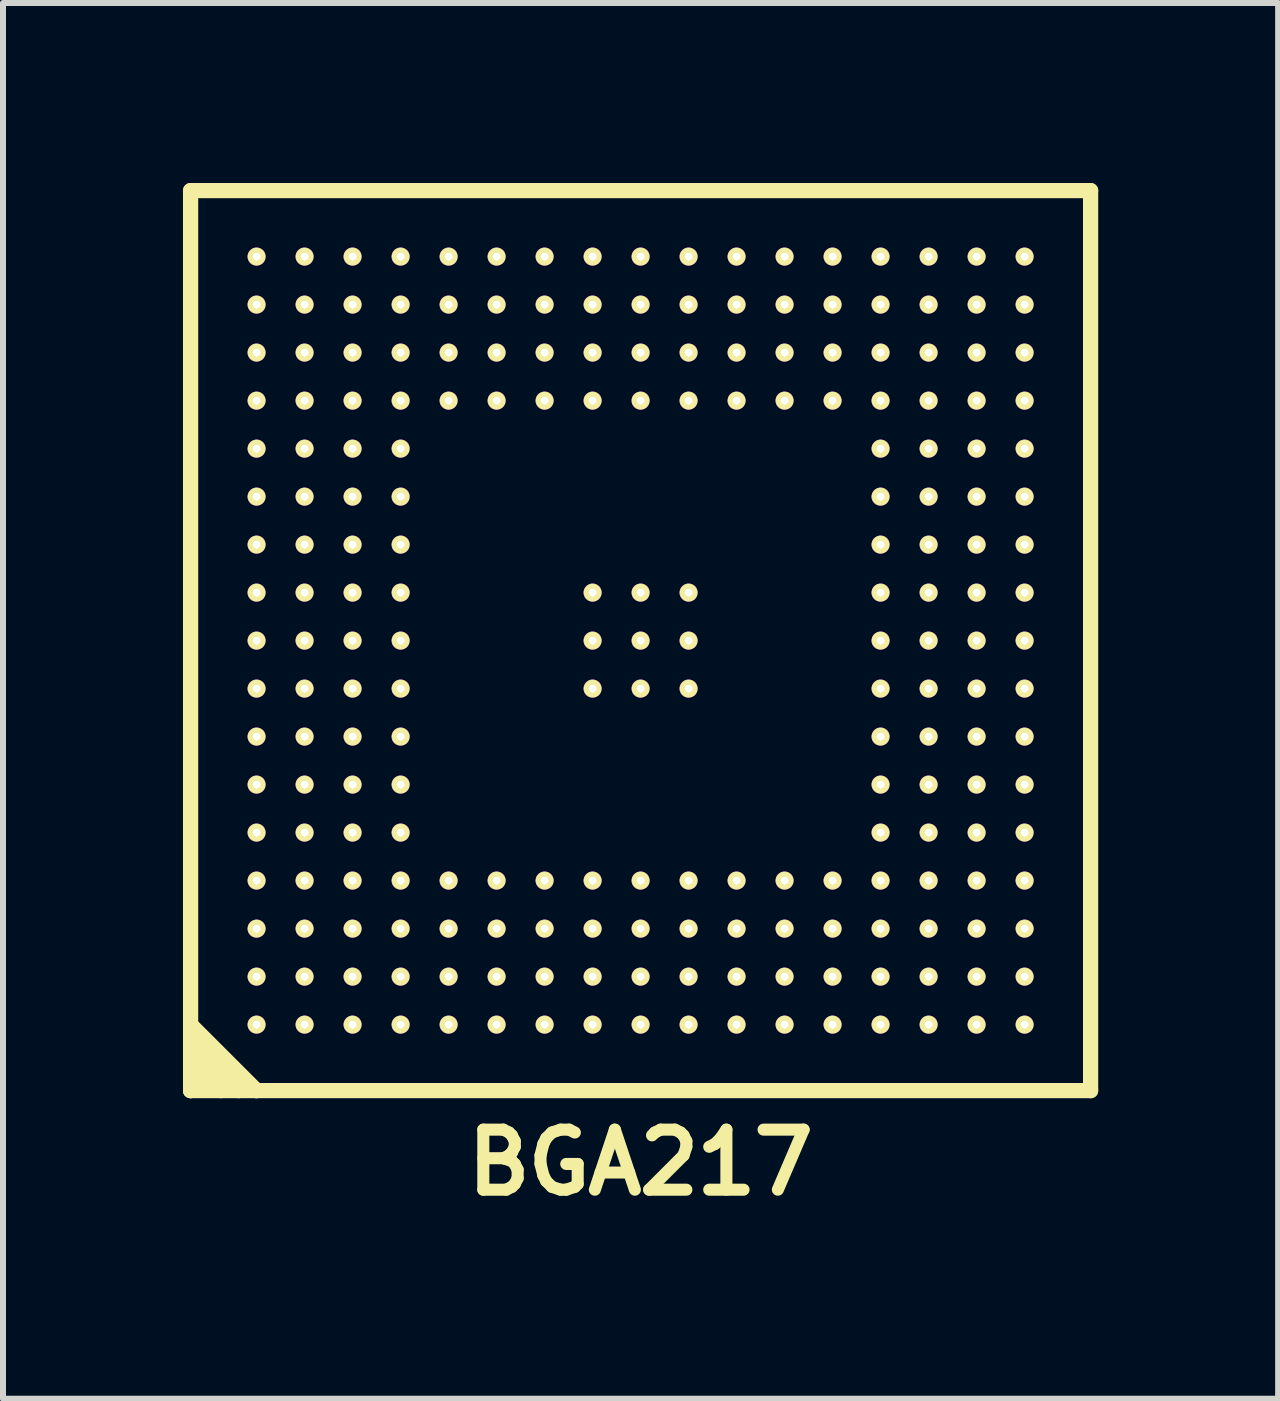
<source format=kicad_pcb>
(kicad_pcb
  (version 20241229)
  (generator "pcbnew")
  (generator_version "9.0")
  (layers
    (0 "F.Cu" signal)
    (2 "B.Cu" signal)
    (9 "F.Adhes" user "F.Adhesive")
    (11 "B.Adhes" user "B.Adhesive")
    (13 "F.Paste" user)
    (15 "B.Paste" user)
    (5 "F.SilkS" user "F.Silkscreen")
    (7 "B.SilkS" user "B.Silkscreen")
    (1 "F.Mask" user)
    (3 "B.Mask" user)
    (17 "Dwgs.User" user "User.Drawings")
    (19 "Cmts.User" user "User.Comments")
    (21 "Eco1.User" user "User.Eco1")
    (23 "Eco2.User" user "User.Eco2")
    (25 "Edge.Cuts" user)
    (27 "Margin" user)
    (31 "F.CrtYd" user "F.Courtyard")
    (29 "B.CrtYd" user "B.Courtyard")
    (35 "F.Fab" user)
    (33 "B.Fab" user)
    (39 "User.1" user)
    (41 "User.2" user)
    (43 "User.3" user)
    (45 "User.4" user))
  (footprint "BGA217"
    (layer "F.Cu")
    (at 7.628 7.628)
    (property "Reference" "BGA217" (at 0 8.7 0) (layer "F.SilkS") (effects (font (size 1.001 1.001) (thickness 0.201))))
    (attr through_hole)
    (fp_line (start -7.501 -7.501) (end 7.501 -7.501) (stroke (width 0.254) (type solid)) (layer "F.SilkS"))
    (fp_line (start -7.501 6.401) (end -7.501 -7.501) (stroke (width 0.254) (type solid)) (layer "F.SilkS"))
    (fp_line (start -7.501 6.401) (end -7.501 7.501) (stroke (width 0.254) (type solid)) (layer "F.SilkS"))
    (fp_line (start -7.501 6.701) (end -6.701 7.501) (stroke (width 0.254) (type solid)) (layer "F.SilkS"))
    (fp_line (start -7.501 7) (end -7 7.501) (stroke (width 0.254) (type solid)) (layer "F.SilkS"))
    (fp_line (start -7.501 7.501) (end -7 7) (stroke (width 0.254) (type solid)) (layer "F.SilkS"))
    (fp_line (start -7.501 7.501) (end -6.401 7.501) (stroke (width 0.254) (type solid)) (layer "F.SilkS"))
    (fp_line (start -6.401 7.501) (end -7.501 6.401) (stroke (width 0.254) (type solid)) (layer "F.SilkS"))
    (fp_line (start 7.501 -7.501) (end 7.501 7.501) (stroke (width 0.254) (type solid)) (layer "F.SilkS"))
    (fp_line (start 7.501 7.501) (end -6.401 7.501) (stroke (width 0.254) (type solid)) (layer "F.SilkS"))
    (pad "A1" thru_hole circle (at -6.401 6.401) (size 0.3 0.3) (drill 0.13) (layers "F.Cu" "F.Mask" "F.SilkS" "F.Adhes" "F.Paste"))
    (pad "A2" thru_hole circle (at -5.601 6.401) (size 0.3 0.3) (drill 0.13) (layers "F.Cu" "F.Mask" "F.SilkS" "F.Adhes" "F.Paste"))
    (pad "A3" thru_hole circle (at -4.801 6.401) (size 0.3 0.3) (drill 0.13) (layers "F.Cu" "F.Mask" "F.SilkS" "F.Adhes" "F.Paste"))
    (pad "A4" thru_hole circle (at -4 6.401) (size 0.3 0.3) (drill 0.13) (layers "F.Cu" "F.Mask" "F.SilkS" "F.Adhes" "F.Paste"))
    (pad "A5" thru_hole circle (at -3.2 6.401) (size 0.3 0.3) (drill 0.13) (layers "F.Cu" "F.Mask" "F.SilkS" "F.Adhes" "F.Paste"))
    (pad "A6" thru_hole circle (at -2.4 6.401) (size 0.3 0.3) (drill 0.13) (layers "F.Cu" "F.Mask" "F.SilkS" "F.Adhes" "F.Paste"))
    (pad "A7" thru_hole circle (at -1.6 6.401) (size 0.3 0.3) (drill 0.13) (layers "F.Cu" "F.Mask" "F.SilkS" "F.Adhes" "F.Paste"))
    (pad "A8" thru_hole circle (at -0.8 6.401) (size 0.3 0.3) (drill 0.13) (layers "F.Cu" "F.Mask" "F.SilkS" "F.Adhes" "F.Paste"))
    (pad "A9" thru_hole circle (at 0 6.401) (size 0.3 0.3) (drill 0.13) (layers "F.Cu" "F.Mask" "F.SilkS" "F.Adhes" "F.Paste"))
    (pad "A10" thru_hole circle (at 0.8 6.401) (size 0.3 0.3) (drill 0.13) (layers "F.Cu" "F.Mask" "F.SilkS" "F.Adhes" "F.Paste"))
    (pad "A11" thru_hole circle (at 1.6 6.401) (size 0.3 0.3) (drill 0.13) (layers "F.Cu" "F.Mask" "F.SilkS" "F.Adhes" "F.Paste"))
    (pad "A12" thru_hole circle (at 2.4 6.401) (size 0.3 0.3) (drill 0.13) (layers "F.Cu" "F.Mask" "F.SilkS" "F.Adhes" "F.Paste"))
    (pad "A13" thru_hole circle (at 3.2 6.401) (size 0.3 0.3) (drill 0.13) (layers "F.Cu" "F.Mask" "F.SilkS" "F.Adhes" "F.Paste"))
    (pad "A14" thru_hole circle (at 4 6.401) (size 0.3 0.3) (drill 0.13) (layers "F.Cu" "F.Mask" "F.SilkS" "F.Adhes" "F.Paste"))
    (pad "A15" thru_hole circle (at 4.801 6.401) (size 0.3 0.3) (drill 0.13) (layers "F.Cu" "F.Mask" "F.SilkS" "F.Adhes" "F.Paste"))
    (pad "A16" thru_hole circle (at 5.601 6.401) (size 0.3 0.3) (drill 0.13) (layers "F.Cu" "F.Mask" "F.SilkS" "F.Adhes" "F.Paste"))
    (pad "A17" thru_hole circle (at 6.401 6.401) (size 0.3 0.3) (drill 0.13) (layers "F.Cu" "F.Mask" "F.SilkS" "F.Adhes" "F.Paste"))
    (pad "B1" thru_hole circle (at -6.401 5.601) (size 0.3 0.3) (drill 0.13) (layers "F.Cu" "F.Mask" "F.SilkS" "F.Adhes" "F.Paste"))
    (pad "B2" thru_hole circle (at -5.601 5.601) (size 0.3 0.3) (drill 0.13) (layers "F.Cu" "F.Mask" "F.SilkS" "F.Adhes" "F.Paste"))
    (pad "B3" thru_hole circle (at -4.801 5.601) (size 0.3 0.3) (drill 0.13) (layers "F.Cu" "F.Mask" "F.SilkS" "F.Adhes" "F.Paste"))
    (pad "B4" thru_hole circle (at -4 5.601) (size 0.3 0.3) (drill 0.13) (layers "F.Cu" "F.Mask" "F.SilkS" "F.Adhes" "F.Paste"))
    (pad "B5" thru_hole circle (at -3.2 5.601) (size 0.3 0.3) (drill 0.13) (layers "F.Cu" "F.Mask" "F.SilkS" "F.Adhes" "F.Paste"))
    (pad "B6" thru_hole circle (at -2.4 5.601) (size 0.3 0.3) (drill 0.13) (layers "F.Cu" "F.Mask" "F.SilkS" "F.Adhes" "F.Paste"))
    (pad "B7" thru_hole circle (at -1.6 5.601) (size 0.3 0.3) (drill 0.13) (layers "F.Cu" "F.Mask" "F.SilkS" "F.Adhes" "F.Paste"))
    (pad "B8" thru_hole circle (at -0.8 5.601) (size 0.3 0.3) (drill 0.13) (layers "F.Cu" "F.Mask" "F.SilkS" "F.Adhes" "F.Paste"))
    (pad "B9" thru_hole circle (at 0 5.601) (size 0.3 0.3) (drill 0.13) (layers "F.Cu" "F.Mask" "F.SilkS" "F.Adhes" "F.Paste"))
    (pad "B10" thru_hole circle (at 0.8 5.601) (size 0.3 0.3) (drill 0.13) (layers "F.Cu" "F.Mask" "F.SilkS" "F.Adhes" "F.Paste"))
    (pad "B11" thru_hole circle (at 1.6 5.601) (size 0.3 0.3) (drill 0.13) (layers "F.Cu" "F.Mask" "F.SilkS" "F.Adhes" "F.Paste"))
    (pad "B12" thru_hole circle (at 2.4 5.601) (size 0.3 0.3) (drill 0.13) (layers "F.Cu" "F.Mask" "F.SilkS" "F.Adhes" "F.Paste"))
    (pad "B13" thru_hole circle (at 3.2 5.601) (size 0.3 0.3) (drill 0.13) (layers "F.Cu" "F.Mask" "F.SilkS" "F.Adhes" "F.Paste"))
    (pad "B14" thru_hole circle (at 4 5.601) (size 0.3 0.3) (drill 0.13) (layers "F.Cu" "F.Mask" "F.SilkS" "F.Adhes" "F.Paste"))
    (pad "B15" thru_hole circle (at 4.801 5.601) (size 0.3 0.3) (drill 0.13) (layers "F.Cu" "F.Mask" "F.SilkS" "F.Adhes" "F.Paste"))
    (pad "B16" thru_hole circle (at 5.601 5.601) (size 0.3 0.3) (drill 0.13) (layers "F.Cu" "F.Mask" "F.SilkS" "F.Adhes" "F.Paste"))
    (pad "B17" thru_hole circle (at 6.401 5.601) (size 0.3 0.3) (drill 0.13) (layers "F.Cu" "F.Mask" "F.SilkS" "F.Adhes" "F.Paste"))
    (pad "C1" thru_hole circle (at -6.401 4.801) (size 0.3 0.3) (drill 0.13) (layers "F.Cu" "F.Mask" "F.SilkS" "F.Adhes" "F.Paste"))
    (pad "C2" thru_hole circle (at -5.601 4.801) (size 0.3 0.3) (drill 0.13) (layers "F.Cu" "F.Mask" "F.SilkS" "F.Adhes" "F.Paste"))
    (pad "C3" thru_hole circle (at -4.801 4.801) (size 0.3 0.3) (drill 0.13) (layers "F.Cu" "F.Mask" "F.SilkS" "F.Adhes" "F.Paste"))
    (pad "C4" thru_hole circle (at -4 4.801) (size 0.3 0.3) (drill 0.13) (layers "F.Cu" "F.Mask" "F.SilkS" "F.Adhes" "F.Paste"))
    (pad "C5" thru_hole circle (at -3.2 4.801) (size 0.3 0.3) (drill 0.13) (layers "F.Cu" "F.Mask" "F.SilkS" "F.Adhes" "F.Paste"))
    (pad "C6" thru_hole circle (at -2.4 4.801) (size 0.3 0.3) (drill 0.13) (layers "F.Cu" "F.Mask" "F.SilkS" "F.Adhes" "F.Paste"))
    (pad "C7" thru_hole circle (at -1.6 4.801) (size 0.3 0.3) (drill 0.13) (layers "F.Cu" "F.Mask" "F.SilkS" "F.Adhes" "F.Paste"))
    (pad "C8" thru_hole circle (at -0.8 4.801) (size 0.3 0.3) (drill 0.13) (layers "F.Cu" "F.Mask" "F.SilkS" "F.Adhes" "F.Paste"))
    (pad "C9" thru_hole circle (at 0 4.801) (size 0.3 0.3) (drill 0.13) (layers "F.Cu" "F.Mask" "F.SilkS" "F.Adhes" "F.Paste"))
    (pad "C10" thru_hole circle (at 0.8 4.801) (size 0.3 0.3) (drill 0.13) (layers "F.Cu" "F.Mask" "F.SilkS" "F.Adhes" "F.Paste"))
    (pad "C11" thru_hole circle (at 1.6 4.801) (size 0.3 0.3) (drill 0.13) (layers "F.Cu" "F.Mask" "F.SilkS" "F.Adhes" "F.Paste"))
    (pad "C12" thru_hole circle (at 2.4 4.801) (size 0.3 0.3) (drill 0.13) (layers "F.Cu" "F.Mask" "F.SilkS" "F.Adhes" "F.Paste"))
    (pad "C13" thru_hole circle (at 3.2 4.801) (size 0.3 0.3) (drill 0.13) (layers "F.Cu" "F.Mask" "F.SilkS" "F.Adhes" "F.Paste"))
    (pad "C14" thru_hole circle (at 4 4.801) (size 0.3 0.3) (drill 0.13) (layers "F.Cu" "F.Mask" "F.SilkS" "F.Adhes" "F.Paste"))
    (pad "C15" thru_hole circle (at 4.801 4.801) (size 0.3 0.3) (drill 0.13) (layers "F.Cu" "F.Mask" "F.SilkS" "F.Adhes" "F.Paste"))
    (pad "C16" thru_hole circle (at 5.601 4.801) (size 0.3 0.3) (drill 0.13) (layers "F.Cu" "F.Mask" "F.SilkS" "F.Adhes" "F.Paste"))
    (pad "C17" thru_hole circle (at 6.401 4.801) (size 0.3 0.3) (drill 0.13) (layers "F.Cu" "F.Mask" "F.SilkS" "F.Adhes" "F.Paste"))
    (pad "D1" thru_hole circle (at -6.401 4) (size 0.3 0.3) (drill 0.13) (layers "F.Cu" "F.Mask" "F.SilkS" "F.Adhes" "F.Paste"))
    (pad "D2" thru_hole circle (at -5.601 4) (size 0.3 0.3) (drill 0.13) (layers "F.Cu" "F.Mask" "F.SilkS" "F.Adhes" "F.Paste"))
    (pad "D3" thru_hole circle (at -4.801 4) (size 0.3 0.3) (drill 0.13) (layers "F.Cu" "F.Mask" "F.SilkS" "F.Adhes" "F.Paste"))
    (pad "D4" thru_hole circle (at -4 4) (size 0.3 0.3) (drill 0.13) (layers "F.Cu" "F.Mask" "F.SilkS" "F.Adhes" "F.Paste"))
    (pad "D5" thru_hole circle (at -3.2 4) (size 0.3 0.3) (drill 0.13) (layers "F.Cu" "F.Mask" "F.SilkS" "F.Adhes" "F.Paste"))
    (pad "D6" thru_hole circle (at -2.4 4) (size 0.3 0.3) (drill 0.13) (layers "F.Cu" "F.Mask" "F.SilkS" "F.Adhes" "F.Paste"))
    (pad "D7" thru_hole circle (at -1.6 4) (size 0.3 0.3) (drill 0.13) (layers "F.Cu" "F.Mask" "F.SilkS" "F.Adhes" "F.Paste"))
    (pad "D8" thru_hole circle (at -0.8 4) (size 0.3 0.3) (drill 0.13) (layers "F.Cu" "F.Mask" "F.SilkS" "F.Adhes" "F.Paste"))
    (pad "D9" thru_hole circle (at 0 4) (size 0.3 0.3) (drill 0.13) (layers "F.Cu" "F.Mask" "F.SilkS" "F.Adhes" "F.Paste"))
    (pad "D10" thru_hole circle (at 0.8 4) (size 0.3 0.3) (drill 0.13) (layers "F.Cu" "F.Mask" "F.SilkS" "F.Adhes" "F.Paste"))
    (pad "D11" thru_hole circle (at 1.6 4) (size 0.3 0.3) (drill 0.13) (layers "F.Cu" "F.Mask" "F.SilkS" "F.Adhes" "F.Paste"))
    (pad "D12" thru_hole circle (at 2.4 4) (size 0.3 0.3) (drill 0.13) (layers "F.Cu" "F.Mask" "F.SilkS" "F.Adhes" "F.Paste"))
    (pad "D13" thru_hole circle (at 3.2 4) (size 0.3 0.3) (drill 0.13) (layers "F.Cu" "F.Mask" "F.SilkS" "F.Adhes" "F.Paste"))
    (pad "D14" thru_hole circle (at 4 4) (size 0.3 0.3) (drill 0.13) (layers "F.Cu" "F.Mask" "F.SilkS" "F.Adhes" "F.Paste"))
    (pad "D15" thru_hole circle (at 4.801 4) (size 0.3 0.3) (drill 0.13) (layers "F.Cu" "F.Mask" "F.SilkS" "F.Adhes" "F.Paste"))
    (pad "D16" thru_hole circle (at 5.601 4) (size 0.3 0.3) (drill 0.13) (layers "F.Cu" "F.Mask" "F.SilkS" "F.Adhes" "F.Paste"))
    (pad "D17" thru_hole circle (at 6.401 4) (size 0.3 0.3) (drill 0.13) (layers "F.Cu" "F.Mask" "F.SilkS" "F.Adhes" "F.Paste"))
    (pad "E1" thru_hole circle (at -6.401 3.2) (size 0.3 0.3) (drill 0.13) (layers "F.Cu" "F.Mask" "F.SilkS" "F.Adhes" "F.Paste"))
    (pad "E2" thru_hole circle (at -5.601 3.2) (size 0.3 0.3) (drill 0.13) (layers "F.Cu" "F.Mask" "F.SilkS" "F.Adhes" "F.Paste"))
    (pad "E3" thru_hole circle (at -4.801 3.2) (size 0.3 0.3) (drill 0.13) (layers "F.Cu" "F.Mask" "F.SilkS" "F.Adhes" "F.Paste"))
    (pad "E4" thru_hole circle (at -4 3.2) (size 0.3 0.3) (drill 0.13) (layers "F.Cu" "F.Mask" "F.SilkS" "F.Adhes" "F.Paste"))
    (pad "E14" thru_hole circle (at 4 3.2) (size 0.3 0.3) (drill 0.13) (layers "F.Cu" "F.Mask" "F.SilkS" "F.Adhes" "F.Paste"))
    (pad "E15" thru_hole circle (at 4.801 3.2) (size 0.3 0.3) (drill 0.13) (layers "F.Cu" "F.Mask" "F.SilkS" "F.Adhes" "F.Paste"))
    (pad "E16" thru_hole circle (at 5.601 3.2) (size 0.3 0.3) (drill 0.13) (layers "F.Cu" "F.Mask" "F.SilkS" "F.Adhes" "F.Paste"))
    (pad "E17" thru_hole circle (at 6.401 3.2) (size 0.3 0.3) (drill 0.13) (layers "F.Cu" "F.Mask" "F.SilkS" "F.Adhes" "F.Paste"))
    (pad "F1" thru_hole circle (at -6.401 2.4) (size 0.3 0.3) (drill 0.13) (layers "F.Cu" "F.Mask" "F.SilkS" "F.Adhes" "F.Paste"))
    (pad "F2" thru_hole circle (at -5.601 2.4) (size 0.3 0.3) (drill 0.13) (layers "F.Cu" "F.Mask" "F.SilkS" "F.Adhes" "F.Paste"))
    (pad "F3" thru_hole circle (at -4.801 2.4) (size 0.3 0.3) (drill 0.13) (layers "F.Cu" "F.Mask" "F.SilkS" "F.Adhes" "F.Paste"))
    (pad "F4" thru_hole circle (at -4 2.4) (size 0.3 0.3) (drill 0.13) (layers "F.Cu" "F.Mask" "F.SilkS" "F.Adhes" "F.Paste"))
    (pad "F14" thru_hole circle (at 4 2.4) (size 0.3 0.3) (drill 0.13) (layers "F.Cu" "F.Mask" "F.SilkS" "F.Adhes" "F.Paste"))
    (pad "F15" thru_hole circle (at 4.801 2.4) (size 0.3 0.3) (drill 0.13) (layers "F.Cu" "F.Mask" "F.SilkS" "F.Adhes" "F.Paste"))
    (pad "F16" thru_hole circle (at 5.601 2.4) (size 0.3 0.3) (drill 0.13) (layers "F.Cu" "F.Mask" "F.SilkS" "F.Adhes" "F.Paste"))
    (pad "F17" thru_hole circle (at 6.401 2.4) (size 0.3 0.3) (drill 0.13) (layers "F.Cu" "F.Mask" "F.SilkS" "F.Adhes" "F.Paste"))
    (pad "G1" thru_hole circle (at -6.401 1.6) (size 0.3 0.3) (drill 0.13) (layers "F.Cu" "F.Mask" "F.SilkS" "F.Adhes" "F.Paste"))
    (pad "G2" thru_hole circle (at -5.601 1.6) (size 0.3 0.3) (drill 0.13) (layers "F.Cu" "F.Mask" "F.SilkS" "F.Adhes" "F.Paste"))
    (pad "G3" thru_hole circle (at -4.801 1.6) (size 0.3 0.3) (drill 0.13) (layers "F.Cu" "F.Mask" "F.SilkS" "F.Adhes" "F.Paste"))
    (pad "G4" thru_hole circle (at -4 1.6) (size 0.3 0.3) (drill 0.13) (layers "F.Cu" "F.Mask" "F.SilkS" "F.Adhes" "F.Paste"))
    (pad "G14" thru_hole circle (at 4 1.6) (size 0.3 0.3) (drill 0.13) (layers "F.Cu" "F.Mask" "F.SilkS" "F.Adhes" "F.Paste"))
    (pad "G15" thru_hole circle (at 4.801 1.6) (size 0.3 0.3) (drill 0.13) (layers "F.Cu" "F.Mask" "F.SilkS" "F.Adhes" "F.Paste"))
    (pad "G16" thru_hole circle (at 5.601 1.6) (size 0.3 0.3) (drill 0.13) (layers "F.Cu" "F.Mask" "F.SilkS" "F.Adhes" "F.Paste"))
    (pad "G17" thru_hole circle (at 6.401 1.6) (size 0.3 0.3) (drill 0.13) (layers "F.Cu" "F.Mask" "F.SilkS" "F.Adhes" "F.Paste"))
    (pad "H1" thru_hole circle (at -6.401 0.8) (size 0.3 0.3) (drill 0.13) (layers "F.Cu" "F.Mask" "F.SilkS" "F.Adhes" "F.Paste"))
    (pad "H2" thru_hole circle (at -5.601 0.8) (size 0.3 0.3) (drill 0.13) (layers "F.Cu" "F.Mask" "F.SilkS" "F.Adhes" "F.Paste"))
    (pad "H3" thru_hole circle (at -4.801 0.8) (size 0.3 0.3) (drill 0.13) (layers "F.Cu" "F.Mask" "F.SilkS" "F.Adhes" "F.Paste"))
    (pad "H4" thru_hole circle (at -4 0.8) (size 0.3 0.3) (drill 0.13) (layers "F.Cu" "F.Mask" "F.SilkS" "F.Adhes" "F.Paste"))
    (pad "H8" thru_hole circle (at -0.8 0.8) (size 0.3 0.3) (drill 0.13) (layers "F.Cu" "F.Mask" "F.SilkS" "F.Adhes" "F.Paste"))
    (pad "H9" thru_hole circle (at 0 0.8) (size 0.3 0.3) (drill 0.13) (layers "F.Cu" "F.Mask" "F.SilkS" "F.Adhes" "F.Paste"))
    (pad "H10" thru_hole circle (at 0.8 0.8) (size 0.3 0.3) (drill 0.13) (layers "F.Cu" "F.Mask" "F.SilkS" "F.Adhes" "F.Paste"))
    (pad "H14" thru_hole circle (at 4 0.8) (size 0.3 0.3) (drill 0.13) (layers "F.Cu" "F.Mask" "F.SilkS" "F.Adhes" "F.Paste"))
    (pad "H15" thru_hole circle (at 4.801 0.8) (size 0.3 0.3) (drill 0.13) (layers "F.Cu" "F.Mask" "F.SilkS" "F.Adhes" "F.Paste"))
    (pad "H16" thru_hole circle (at 5.601 0.8) (size 0.3 0.3) (drill 0.13) (layers "F.Cu" "F.Mask" "F.SilkS" "F.Adhes" "F.Paste"))
    (pad "H17" thru_hole circle (at 6.401 0.8) (size 0.3 0.3) (drill 0.13) (layers "F.Cu" "F.Mask" "F.SilkS" "F.Adhes" "F.Paste"))
    (pad "J1" thru_hole circle (at -6.401 0) (size 0.3 0.3) (drill 0.13) (layers "F.Cu" "F.Mask" "F.SilkS" "F.Adhes" "F.Paste"))
    (pad "J2" thru_hole circle (at -5.601 0) (size 0.3 0.3) (drill 0.13) (layers "F.Cu" "F.Mask" "F.SilkS" "F.Adhes" "F.Paste"))
    (pad "J3" thru_hole circle (at -4.801 0) (size 0.3 0.3) (drill 0.13) (layers "F.Cu" "F.Mask" "F.SilkS" "F.Adhes" "F.Paste"))
    (pad "J4" thru_hole circle (at -4 0) (size 0.3 0.3) (drill 0.13) (layers "F.Cu" "F.Mask" "F.SilkS" "F.Adhes" "F.Paste"))
    (pad "J8" thru_hole circle (at -0.8 0) (size 0.3 0.3) (drill 0.13) (layers "F.Cu" "F.Mask" "F.SilkS" "F.Adhes" "F.Paste"))
    (pad "J9" thru_hole circle (at 0 0) (size 0.3 0.3) (drill 0.13) (layers "F.Cu" "F.Mask" "F.SilkS" "F.Adhes" "F.Paste"))
    (pad "J10" thru_hole circle (at 0.8 0) (size 0.3 0.3) (drill 0.13) (layers "F.Cu" "F.Mask" "F.SilkS" "F.Adhes" "F.Paste"))
    (pad "J14" thru_hole circle (at 4 0) (size 0.3 0.3) (drill 0.13) (layers "F.Cu" "F.Mask" "F.SilkS" "F.Adhes" "F.Paste"))
    (pad "J15" thru_hole circle (at 4.801 0) (size 0.3 0.3) (drill 0.13) (layers "F.Cu" "F.Mask" "F.SilkS" "F.Adhes" "F.Paste"))
    (pad "J16" thru_hole circle (at 5.601 0) (size 0.3 0.3) (drill 0.13) (layers "F.Cu" "F.Mask" "F.SilkS" "F.Adhes" "F.Paste"))
    (pad "J17" thru_hole circle (at 6.401 0) (size 0.3 0.3) (drill 0.13) (layers "F.Cu" "F.Mask" "F.SilkS" "F.Adhes" "F.Paste"))
    (pad "K1" thru_hole circle (at -6.401 -0.8) (size 0.3 0.3) (drill 0.13) (layers "F.Cu" "F.Mask" "F.SilkS" "F.Adhes" "F.Paste"))
    (pad "K2" thru_hole circle (at -5.601 -0.8) (size 0.3 0.3) (drill 0.13) (layers "F.Cu" "F.Mask" "F.SilkS" "F.Adhes" "F.Paste"))
    (pad "K3" thru_hole circle (at -4.801 -0.8) (size 0.3 0.3) (drill 0.13) (layers "F.Cu" "F.Mask" "F.SilkS" "F.Adhes" "F.Paste"))
    (pad "K4" thru_hole circle (at -4 -0.8) (size 0.3 0.3) (drill 0.13) (layers "F.Cu" "F.Mask" "F.SilkS" "F.Adhes" "F.Paste"))
    (pad "K8" thru_hole circle (at -0.8 -0.8) (size 0.3 0.3) (drill 0.13) (layers "F.Cu" "F.Mask" "F.SilkS" "F.Adhes" "F.Paste"))
    (pad "K9" thru_hole circle (at 0 -0.8) (size 0.3 0.3) (drill 0.13) (layers "F.Cu" "F.Mask" "F.SilkS" "F.Adhes" "F.Paste"))
    (pad "K10" thru_hole circle (at 0.8 -0.8) (size 0.3 0.3) (drill 0.13) (layers "F.Cu" "F.Mask" "F.SilkS" "F.Adhes" "F.Paste"))
    (pad "K14" thru_hole circle (at 4 -0.8) (size 0.3 0.3) (drill 0.13) (layers "F.Cu" "F.Mask" "F.SilkS" "F.Adhes" "F.Paste"))
    (pad "K15" thru_hole circle (at 4.801 -0.8) (size 0.3 0.3) (drill 0.13) (layers "F.Cu" "F.Mask" "F.SilkS" "F.Adhes" "F.Paste"))
    (pad "K16" thru_hole circle (at 5.601 -0.8) (size 0.3 0.3) (drill 0.13) (layers "F.Cu" "F.Mask" "F.SilkS" "F.Adhes" "F.Paste"))
    (pad "K17" thru_hole circle (at 6.401 -0.8) (size 0.3 0.3) (drill 0.13) (layers "F.Cu" "F.Mask" "F.SilkS" "F.Adhes" "F.Paste"))
    (pad "L1" thru_hole circle (at -6.401 -1.6) (size 0.3 0.3) (drill 0.13) (layers "F.Cu" "F.Mask" "F.SilkS" "F.Adhes" "F.Paste"))
    (pad "L2" thru_hole circle (at -5.601 -1.6) (size 0.3 0.3) (drill 0.13) (layers "F.Cu" "F.Mask" "F.SilkS" "F.Adhes" "F.Paste"))
    (pad "L3" thru_hole circle (at -4.801 -1.6) (size 0.3 0.3) (drill 0.13) (layers "F.Cu" "F.Mask" "F.SilkS" "F.Adhes" "F.Paste"))
    (pad "L4" thru_hole circle (at -4 -1.6) (size 0.3 0.3) (drill 0.13) (layers "F.Cu" "F.Mask" "F.SilkS" "F.Adhes" "F.Paste"))
    (pad "L14" thru_hole circle (at 4 -1.6) (size 0.3 0.3) (drill 0.13) (layers "F.Cu" "F.Mask" "F.SilkS" "F.Adhes" "F.Paste"))
    (pad "L15" thru_hole circle (at 4.801 -1.6) (size 0.3 0.3) (drill 0.13) (layers "F.Cu" "F.Mask" "F.SilkS" "F.Adhes" "F.Paste"))
    (pad "L16" thru_hole circle (at 5.601 -1.6) (size 0.3 0.3) (drill 0.13) (layers "F.Cu" "F.Mask" "F.SilkS" "F.Adhes" "F.Paste"))
    (pad "L17" thru_hole circle (at 6.401 -1.6) (size 0.3 0.3) (drill 0.13) (layers "F.Cu" "F.Mask" "F.SilkS" "F.Adhes" "F.Paste"))
    (pad "M1" thru_hole circle (at -6.401 -2.4) (size 0.3 0.3) (drill 0.13) (layers "F.Cu" "F.Mask" "F.SilkS" "F.Adhes" "F.Paste"))
    (pad "M2" thru_hole circle (at -5.601 -2.4) (size 0.3 0.3) (drill 0.13) (layers "F.Cu" "F.Mask" "F.SilkS" "F.Adhes" "F.Paste"))
    (pad "M3" thru_hole circle (at -4.801 -2.4) (size 0.3 0.3) (drill 0.13) (layers "F.Cu" "F.Mask" "F.SilkS" "F.Adhes" "F.Paste"))
    (pad "M4" thru_hole circle (at -4 -2.4) (size 0.3 0.3) (drill 0.13) (layers "F.Cu" "F.Mask" "F.SilkS" "F.Adhes" "F.Paste"))
    (pad "M14" thru_hole circle (at 4 -2.4) (size 0.3 0.3) (drill 0.13) (layers "F.Cu" "F.Mask" "F.SilkS" "F.Adhes" "F.Paste"))
    (pad "M15" thru_hole circle (at 4.801 -2.4) (size 0.3 0.3) (drill 0.13) (layers "F.Cu" "F.Mask" "F.SilkS" "F.Adhes" "F.Paste"))
    (pad "M16" thru_hole circle (at 5.601 -2.4) (size 0.3 0.3) (drill 0.13) (layers "F.Cu" "F.Mask" "F.SilkS" "F.Adhes" "F.Paste"))
    (pad "M17" thru_hole circle (at 6.401 -2.4) (size 0.3 0.3) (drill 0.13) (layers "F.Cu" "F.Mask" "F.SilkS" "F.Adhes" "F.Paste"))
    (pad "N1" thru_hole circle (at -6.401 -3.2) (size 0.3 0.3) (drill 0.13) (layers "F.Cu" "F.Mask" "F.SilkS" "F.Adhes" "F.Paste"))
    (pad "N2" thru_hole circle (at -5.601 -3.2) (size 0.3 0.3) (drill 0.13) (layers "F.Cu" "F.Mask" "F.SilkS" "F.Adhes" "F.Paste"))
    (pad "N3" thru_hole circle (at -4.801 -3.2) (size 0.3 0.3) (drill 0.13) (layers "F.Cu" "F.Mask" "F.SilkS" "F.Adhes" "F.Paste"))
    (pad "N4" thru_hole circle (at -4 -3.2) (size 0.3 0.3) (drill 0.13) (layers "F.Cu" "F.Mask" "F.SilkS" "F.Adhes" "F.Paste"))
    (pad "N14" thru_hole circle (at 4 -3.2) (size 0.3 0.3) (drill 0.13) (layers "F.Cu" "F.Mask" "F.SilkS" "F.Adhes" "F.Paste"))
    (pad "N15" thru_hole circle (at 4.801 -3.2) (size 0.3 0.3) (drill 0.13) (layers "F.Cu" "F.Mask" "F.SilkS" "F.Adhes" "F.Paste"))
    (pad "N16" thru_hole circle (at 5.601 -3.2) (size 0.3 0.3) (drill 0.13) (layers "F.Cu" "F.Mask" "F.SilkS" "F.Adhes" "F.Paste"))
    (pad "N17" thru_hole circle (at 6.401 -3.2) (size 0.3 0.3) (drill 0.13) (layers "F.Cu" "F.Mask" "F.SilkS" "F.Adhes" "F.Paste"))
    (pad "P1" thru_hole circle (at -6.401 -4) (size 0.3 0.3) (drill 0.13) (layers "F.Cu" "F.Mask" "F.SilkS" "F.Adhes" "F.Paste"))
    (pad "P2" thru_hole circle (at -5.601 -4) (size 0.3 0.3) (drill 0.13) (layers "F.Cu" "F.Mask" "F.SilkS" "F.Adhes" "F.Paste"))
    (pad "P3" thru_hole circle (at -4.801 -4) (size 0.3 0.3) (drill 0.13) (layers "F.Cu" "F.Mask" "F.SilkS" "F.Adhes" "F.Paste"))
    (pad "P4" thru_hole circle (at -4 -4) (size 0.3 0.3) (drill 0.13) (layers "F.Cu" "F.Mask" "F.SilkS" "F.Adhes" "F.Paste"))
    (pad "P5" thru_hole circle (at -3.2 -4) (size 0.3 0.3) (drill 0.13) (layers "F.Cu" "F.Mask" "F.SilkS" "F.Adhes" "F.Paste"))
    (pad "P6" thru_hole circle (at -2.4 -4) (size 0.3 0.3) (drill 0.13) (layers "F.Cu" "F.Mask" "F.SilkS" "F.Adhes" "F.Paste"))
    (pad "P7" thru_hole circle (at -1.6 -4) (size 0.3 0.3) (drill 0.13) (layers "F.Cu" "F.Mask" "F.SilkS" "F.Adhes" "F.Paste"))
    (pad "P8" thru_hole circle (at -0.8 -4) (size 0.3 0.3) (drill 0.13) (layers "F.Cu" "F.Mask" "F.SilkS" "F.Adhes" "F.Paste"))
    (pad "P9" thru_hole circle (at 0 -4) (size 0.3 0.3) (drill 0.13) (layers "F.Cu" "F.Mask" "F.SilkS" "F.Adhes" "F.Paste"))
    (pad "P10" thru_hole circle (at 0.8 -4) (size 0.3 0.3) (drill 0.13) (layers "F.Cu" "F.Mask" "F.SilkS" "F.Adhes" "F.Paste"))
    (pad "P11" thru_hole circle (at 1.6 -4) (size 0.3 0.3) (drill 0.13) (layers "F.Cu" "F.Mask" "F.SilkS" "F.Adhes" "F.Paste"))
    (pad "P12" thru_hole circle (at 2.4 -4) (size 0.3 0.3) (drill 0.13) (layers "F.Cu" "F.Mask" "F.SilkS" "F.Adhes" "F.Paste"))
    (pad "P13" thru_hole circle (at 3.2 -4) (size 0.3 0.3) (drill 0.13) (layers "F.Cu" "F.Mask" "F.SilkS" "F.Adhes" "F.Paste"))
    (pad "P14" thru_hole circle (at 4 -4) (size 0.3 0.3) (drill 0.13) (layers "F.Cu" "F.Mask" "F.SilkS" "F.Adhes" "F.Paste"))
    (pad "P15" thru_hole circle (at 4.801 -4) (size 0.3 0.3) (drill 0.13) (layers "F.Cu" "F.Mask" "F.SilkS" "F.Adhes" "F.Paste"))
    (pad "P16" thru_hole circle (at 5.601 -4) (size 0.3 0.3) (drill 0.13) (layers "F.Cu" "F.Mask" "F.SilkS" "F.Adhes" "F.Paste"))
    (pad "P17" thru_hole circle (at 6.401 -4) (size 0.3 0.3) (drill 0.13) (layers "F.Cu" "F.Mask" "F.SilkS" "F.Adhes" "F.Paste"))
    (pad "R1" thru_hole circle (at -6.401 -4.801) (size 0.3 0.3) (drill 0.13) (layers "F.Cu" "F.Mask" "F.SilkS" "F.Adhes" "F.Paste"))
    (pad "R2" thru_hole circle (at -5.601 -4.801) (size 0.3 0.3) (drill 0.13) (layers "F.Cu" "F.Mask" "F.SilkS" "F.Adhes" "F.Paste"))
    (pad "R3" thru_hole circle (at -4.801 -4.801) (size 0.3 0.3) (drill 0.13) (layers "F.Cu" "F.Mask" "F.SilkS" "F.Adhes" "F.Paste"))
    (pad "R4" thru_hole circle (at -4 -4.801) (size 0.3 0.3) (drill 0.13) (layers "F.Cu" "F.Mask" "F.SilkS" "F.Adhes" "F.Paste"))
    (pad "R5" thru_hole circle (at -3.2 -4.801) (size 0.3 0.3) (drill 0.13) (layers "F.Cu" "F.Mask" "F.SilkS" "F.Adhes" "F.Paste"))
    (pad "R6" thru_hole circle (at -2.4 -4.801) (size 0.3 0.3) (drill 0.13) (layers "F.Cu" "F.Mask" "F.SilkS" "F.Adhes" "F.Paste"))
    (pad "R7" thru_hole circle (at -1.6 -4.801) (size 0.3 0.3) (drill 0.13) (layers "F.Cu" "F.Mask" "F.SilkS" "F.Adhes" "F.Paste"))
    (pad "R8" thru_hole circle (at -0.8 -4.801) (size 0.3 0.3) (drill 0.13) (layers "F.Cu" "F.Mask" "F.SilkS" "F.Adhes" "F.Paste"))
    (pad "R9" thru_hole circle (at 0 -4.801) (size 0.3 0.3) (drill 0.13) (layers "F.Cu" "F.Mask" "F.SilkS" "F.Adhes" "F.Paste"))
    (pad "R10" thru_hole circle (at 0.8 -4.801) (size 0.3 0.3) (drill 0.13) (layers "F.Cu" "F.Mask" "F.SilkS" "F.Adhes" "F.Paste"))
    (pad "R11" thru_hole circle (at 1.6 -4.801) (size 0.3 0.3) (drill 0.13) (layers "F.Cu" "F.Mask" "F.SilkS" "F.Adhes" "F.Paste"))
    (pad "R12" thru_hole circle (at 2.4 -4.801) (size 0.3 0.3) (drill 0.13) (layers "F.Cu" "F.Mask" "F.SilkS" "F.Adhes" "F.Paste"))
    (pad "R13" thru_hole circle (at 3.2 -4.801) (size 0.3 0.3) (drill 0.13) (layers "F.Cu" "F.Mask" "F.SilkS" "F.Adhes" "F.Paste"))
    (pad "R14" thru_hole circle (at 4 -4.801) (size 0.3 0.3) (drill 0.13) (layers "F.Cu" "F.Mask" "F.SilkS" "F.Adhes" "F.Paste"))
    (pad "R15" thru_hole circle (at 4.801 -4.801) (size 0.3 0.3) (drill 0.13) (layers "F.Cu" "F.Mask" "F.SilkS" "F.Adhes" "F.Paste"))
    (pad "R16" thru_hole circle (at 5.601 -4.801) (size 0.3 0.3) (drill 0.13) (layers "F.Cu" "F.Mask" "F.SilkS" "F.Adhes" "F.Paste"))
    (pad "R17" thru_hole circle (at 6.401 -4.801) (size 0.3 0.3) (drill 0.13) (layers "F.Cu" "F.Mask" "F.SilkS" "F.Adhes" "F.Paste"))
    (pad "T1" thru_hole circle (at -6.401 -5.601) (size 0.3 0.3) (drill 0.13) (layers "F.Cu" "F.Mask" "F.SilkS" "F.Adhes" "F.Paste"))
    (pad "T2" thru_hole circle (at -5.601 -5.601) (size 0.3 0.3) (drill 0.13) (layers "F.Cu" "F.Mask" "F.SilkS" "F.Adhes" "F.Paste"))
    (pad "T3" thru_hole circle (at -4.801 -5.601) (size 0.3 0.3) (drill 0.13) (layers "F.Cu" "F.Mask" "F.SilkS" "F.Adhes" "F.Paste"))
    (pad "T4" thru_hole circle (at -4 -5.601) (size 0.3 0.3) (drill 0.13) (layers "F.Cu" "F.Mask" "F.SilkS" "F.Adhes" "F.Paste"))
    (pad "T5" thru_hole circle (at -3.2 -5.601) (size 0.3 0.3) (drill 0.13) (layers "F.Cu" "F.Mask" "F.SilkS" "F.Adhes" "F.Paste"))
    (pad "T6" thru_hole circle (at -2.4 -5.601) (size 0.3 0.3) (drill 0.13) (layers "F.Cu" "F.Mask" "F.SilkS" "F.Adhes" "F.Paste"))
    (pad "T7" thru_hole circle (at -1.6 -5.601) (size 0.3 0.3) (drill 0.13) (layers "F.Cu" "F.Mask" "F.SilkS" "F.Adhes" "F.Paste"))
    (pad "T8" thru_hole circle (at -0.8 -5.601) (size 0.3 0.3) (drill 0.13) (layers "F.Cu" "F.Mask" "F.SilkS" "F.Adhes" "F.Paste"))
    (pad "T9" thru_hole circle (at 0 -5.601) (size 0.3 0.3) (drill 0.13) (layers "F.Cu" "F.Mask" "F.SilkS" "F.Adhes" "F.Paste"))
    (pad "T10" thru_hole circle (at 0.8 -5.601) (size 0.3 0.3) (drill 0.13) (layers "F.Cu" "F.Mask" "F.SilkS" "F.Adhes" "F.Paste"))
    (pad "T11" thru_hole circle (at 1.6 -5.601) (size 0.3 0.3) (drill 0.13) (layers "F.Cu" "F.Mask" "F.SilkS" "F.Adhes" "F.Paste"))
    (pad "T12" thru_hole circle (at 2.4 -5.601) (size 0.3 0.3) (drill 0.13) (layers "F.Cu" "F.Mask" "F.SilkS" "F.Adhes" "F.Paste"))
    (pad "T13" thru_hole circle (at 3.2 -5.601) (size 0.3 0.3) (drill 0.13) (layers "F.Cu" "F.Mask" "F.SilkS" "F.Adhes" "F.Paste"))
    (pad "T14" thru_hole circle (at 4 -5.601) (size 0.3 0.3) (drill 0.13) (layers "F.Cu" "F.Mask" "F.SilkS" "F.Adhes" "F.Paste"))
    (pad "T15" thru_hole circle (at 4.801 -5.601) (size 0.3 0.3) (drill 0.13) (layers "F.Cu" "F.Mask" "F.SilkS" "F.Adhes" "F.Paste"))
    (pad "T16" thru_hole circle (at 5.601 -5.601) (size 0.3 0.3) (drill 0.13) (layers "F.Cu" "F.Mask" "F.SilkS" "F.Adhes" "F.Paste"))
    (pad "T17" thru_hole circle (at 6.401 -5.601) (size 0.3 0.3) (drill 0.13) (layers "F.Cu" "F.Mask" "F.SilkS" "F.Adhes" "F.Paste"))
    (pad "U1" thru_hole circle (at -6.401 -6.401) (size 0.3 0.3) (drill 0.13) (layers "F.Cu" "F.Mask" "F.SilkS" "F.Adhes" "F.Paste"))
    (pad "U2" thru_hole circle (at -5.601 -6.401) (size 0.3 0.3) (drill 0.13) (layers "F.Cu" "F.Mask" "F.SilkS" "F.Adhes" "F.Paste"))
    (pad "U3" thru_hole circle (at -4.801 -6.401) (size 0.3 0.3) (drill 0.13) (layers "F.Cu" "F.Mask" "F.SilkS" "F.Adhes" "F.Paste"))
    (pad "U4" thru_hole circle (at -4 -6.401) (size 0.3 0.3) (drill 0.13) (layers "F.Cu" "F.Mask" "F.SilkS" "F.Adhes" "F.Paste"))
    (pad "U5" thru_hole circle (at -3.2 -6.401) (size 0.3 0.3) (drill 0.13) (layers "F.Cu" "F.Mask" "F.SilkS" "F.Adhes" "F.Paste"))
    (pad "U6" thru_hole circle (at -2.4 -6.401) (size 0.3 0.3) (drill 0.13) (layers "F.Cu" "F.Mask" "F.SilkS" "F.Adhes" "F.Paste"))
    (pad "U7" thru_hole circle (at -1.6 -6.401) (size 0.3 0.3) (drill 0.13) (layers "F.Cu" "F.Mask" "F.SilkS" "F.Adhes" "F.Paste"))
    (pad "U8" thru_hole circle (at -0.8 -6.401) (size 0.3 0.3) (drill 0.13) (layers "F.Cu" "F.Mask" "F.SilkS" "F.Adhes" "F.Paste"))
    (pad "U9" thru_hole circle (at 0 -6.401) (size 0.3 0.3) (drill 0.13) (layers "F.Cu" "F.Mask" "F.SilkS" "F.Adhes" "F.Paste"))
    (pad "U10" thru_hole circle (at 0.8 -6.401) (size 0.3 0.3) (drill 0.13) (layers "F.Cu" "F.Mask" "F.SilkS" "F.Adhes" "F.Paste"))
    (pad "U11" thru_hole circle (at 1.6 -6.401) (size 0.3 0.3) (drill 0.13) (layers "F.Cu" "F.Mask" "F.SilkS" "F.Adhes" "F.Paste"))
    (pad "U12" thru_hole circle (at 2.4 -6.401) (size 0.3 0.3) (drill 0.13) (layers "F.Cu" "F.Mask" "F.SilkS" "F.Adhes" "F.Paste"))
    (pad "U13" thru_hole circle (at 3.2 -6.401) (size 0.3 0.3) (drill 0.13) (layers "F.Cu" "F.Mask" "F.SilkS" "F.Adhes" "F.Paste"))
    (pad "U14" thru_hole circle (at 4 -6.401) (size 0.3 0.3) (drill 0.13) (layers "F.Cu" "F.Mask" "F.SilkS" "F.Adhes" "F.Paste"))
    (pad "U15" thru_hole circle (at 4.801 -6.401) (size 0.3 0.3) (drill 0.13) (layers "F.Cu" "F.Mask" "F.SilkS" "F.Adhes" "F.Paste"))
    (pad "U16" thru_hole circle (at 5.601 -6.401) (size 0.3 0.3) (drill 0.13) (layers "F.Cu" "F.Mask" "F.SilkS" "F.Adhes" "F.Paste"))
    (pad "U17" thru_hole circle (at 6.401 -6.401) (size 0.3 0.3) (drill 0.13) (layers "F.Cu" "F.Mask" "F.SilkS" "F.Adhes" "F.Paste")))
  (gr_rect
    (start -3 -3)
    (end 18.255 20.265)
    (stroke (width 0.1) (type default))
    (fill no)
    (layer "Edge.Cuts")))
</source>
